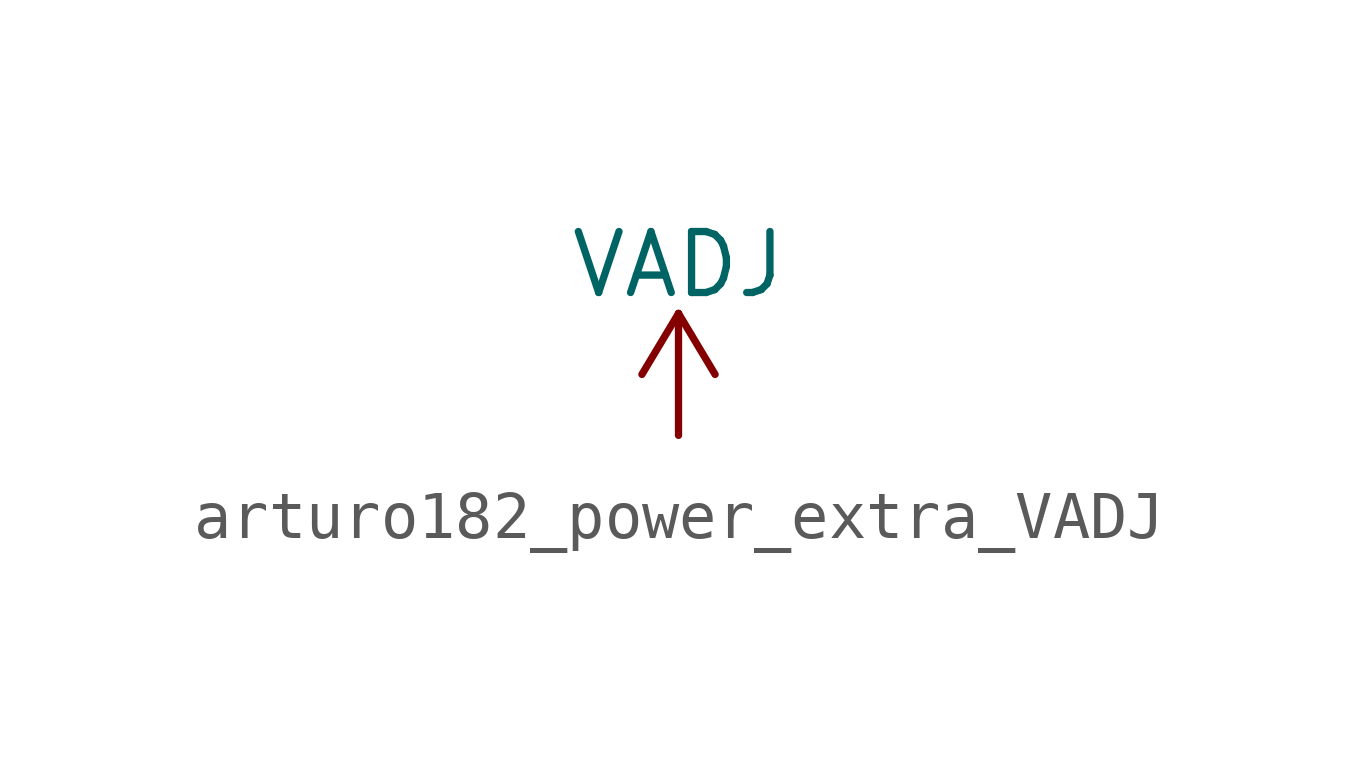
<source format=kicad_sym>
(kicad_symbol_lib
  (version 20220914)
  (generator kicad_symbol_editor)
  (symbol "power_extra:arturo182_power_extra_VADJ"
    (power)
    (pin_names
      (offset 0))
    (property "Reference" "#PWR"
      (at 0 -3.81 0)
      (effects (font (size 1.27 1.27)) hide))
    (property "Value" "VADJ"
      (at 0 3.556 0)
      (effects (font (size 1.27 1.27))))
    (symbol "arturo182_power_extra_VADJ_0_1"
      (polyline (pts (xy -0.762 1.27) (xy 0 2.54)) (stroke (width 0)) (fill (type none)))
      (polyline (pts (xy 0 0) (xy 0 2.54)) (stroke (width 0)) (fill (type none)))
      (polyline (pts (xy 0 2.54) (xy 0.762 1.27)) (stroke (width 0)) (fill (type none))))
    (symbol "arturo182_power_extra_VADJ_1_1"
      (pin power_in line (at 0 0 90) (length 0) hide (name "VADJ" (effects (font (size 1.27 1.27)))) (number "1" (effects (font (size 1.27 1.27))))))))
</source>
